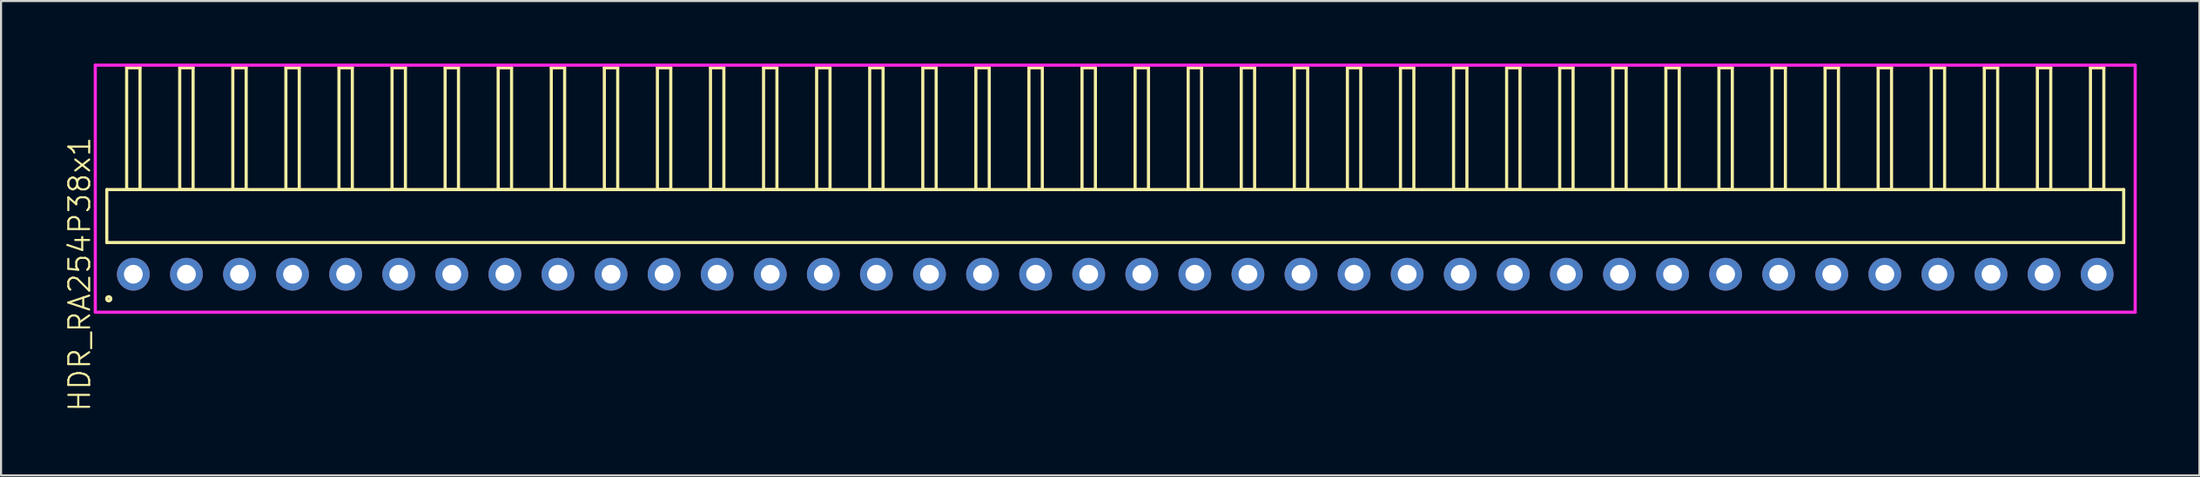
<source format=kicad_pcb>
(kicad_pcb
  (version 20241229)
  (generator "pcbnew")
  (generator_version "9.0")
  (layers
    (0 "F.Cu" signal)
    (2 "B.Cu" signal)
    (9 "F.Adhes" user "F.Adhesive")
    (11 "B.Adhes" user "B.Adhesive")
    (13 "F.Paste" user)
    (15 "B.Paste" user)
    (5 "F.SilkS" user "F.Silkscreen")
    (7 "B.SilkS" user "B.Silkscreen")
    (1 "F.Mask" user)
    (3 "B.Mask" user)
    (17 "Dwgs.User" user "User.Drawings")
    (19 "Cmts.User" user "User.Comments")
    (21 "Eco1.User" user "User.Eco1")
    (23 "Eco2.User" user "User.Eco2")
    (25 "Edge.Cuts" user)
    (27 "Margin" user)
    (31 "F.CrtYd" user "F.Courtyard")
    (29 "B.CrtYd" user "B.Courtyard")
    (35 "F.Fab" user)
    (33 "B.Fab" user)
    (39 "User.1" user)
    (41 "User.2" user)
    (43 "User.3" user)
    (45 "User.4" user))
  (footprint "HDR_RA254P38x1"
    (layer "F.Cu")
    (at 50.321 10.1)
    (property "Reference" "HDR_RA254P38x1" (at -49.56 0 90) (layer "F.SilkS") (effects (font (size 1 1) (thickness 0.1))))
    (attr through_hole)
    (fp_line (start -48.26 -4.06) (end -48.26 -1.52) (stroke (width 0.15) (type solid)) (layer "F.SilkS"))
    (fp_line (start -48.26 -1.52) (end 48.26 -1.52) (stroke (width 0.15) (type solid)) (layer "F.SilkS"))
    (fp_line (start -47.31 -9.9) (end -47.31 -4.06) (stroke (width 0.15) (type solid)) (layer "F.SilkS"))
    (fp_line (start -47.31 -4.06) (end -46.67 -4.06) (stroke (width 0.15) (type solid)) (layer "F.SilkS"))
    (fp_line (start -46.67 -9.9) (end -47.31 -9.9) (stroke (width 0.15) (type solid)) (layer "F.SilkS"))
    (fp_line (start -46.67 -4.06) (end -46.67 -9.9) (stroke (width 0.15) (type solid)) (layer "F.SilkS"))
    (fp_line (start -44.77 -9.9) (end -44.77 -4.06) (stroke (width 0.15) (type solid)) (layer "F.SilkS"))
    (fp_line (start -44.77 -4.06) (end -44.13 -4.06) (stroke (width 0.15) (type solid)) (layer "F.SilkS"))
    (fp_line (start -44.13 -9.9) (end -44.77 -9.9) (stroke (width 0.15) (type solid)) (layer "F.SilkS"))
    (fp_line (start -44.13 -4.06) (end -44.13 -9.9) (stroke (width 0.15) (type solid)) (layer "F.SilkS"))
    (fp_line (start -42.23 -9.9) (end -42.23 -4.06) (stroke (width 0.15) (type solid)) (layer "F.SilkS"))
    (fp_line (start -42.23 -4.06) (end -41.59 -4.06) (stroke (width 0.15) (type solid)) (layer "F.SilkS"))
    (fp_line (start -41.59 -9.9) (end -42.23 -9.9) (stroke (width 0.15) (type solid)) (layer "F.SilkS"))
    (fp_line (start -41.59 -4.06) (end -41.59 -9.9) (stroke (width 0.15) (type solid)) (layer "F.SilkS"))
    (fp_line (start -39.69 -9.9) (end -39.69 -4.06) (stroke (width 0.15) (type solid)) (layer "F.SilkS"))
    (fp_line (start -39.69 -4.06) (end -39.05 -4.06) (stroke (width 0.15) (type solid)) (layer "F.SilkS"))
    (fp_line (start -39.05 -9.9) (end -39.69 -9.9) (stroke (width 0.15) (type solid)) (layer "F.SilkS"))
    (fp_line (start -39.05 -4.06) (end -39.05 -9.9) (stroke (width 0.15) (type solid)) (layer "F.SilkS"))
    (fp_line (start -37.15 -9.9) (end -37.15 -4.06) (stroke (width 0.15) (type solid)) (layer "F.SilkS"))
    (fp_line (start -37.15 -4.06) (end -36.51 -4.06) (stroke (width 0.15) (type solid)) (layer "F.SilkS"))
    (fp_line (start -36.51 -9.9) (end -37.15 -9.9) (stroke (width 0.15) (type solid)) (layer "F.SilkS"))
    (fp_line (start -36.51 -4.06) (end -36.51 -9.9) (stroke (width 0.15) (type solid)) (layer "F.SilkS"))
    (fp_line (start -34.61 -9.9) (end -34.61 -4.06) (stroke (width 0.15) (type solid)) (layer "F.SilkS"))
    (fp_line (start -34.61 -4.06) (end -33.97 -4.06) (stroke (width 0.15) (type solid)) (layer "F.SilkS"))
    (fp_line (start -33.97 -9.9) (end -34.61 -9.9) (stroke (width 0.15) (type solid)) (layer "F.SilkS"))
    (fp_line (start -33.97 -4.06) (end -33.97 -9.9) (stroke (width 0.15) (type solid)) (layer "F.SilkS"))
    (fp_line (start -32.07 -9.9) (end -32.07 -4.06) (stroke (width 0.15) (type solid)) (layer "F.SilkS"))
    (fp_line (start -32.07 -4.06) (end -31.43 -4.06) (stroke (width 0.15) (type solid)) (layer "F.SilkS"))
    (fp_line (start -31.43 -9.9) (end -32.07 -9.9) (stroke (width 0.15) (type solid)) (layer "F.SilkS"))
    (fp_line (start -31.43 -4.06) (end -31.43 -9.9) (stroke (width 0.15) (type solid)) (layer "F.SilkS"))
    (fp_line (start -29.53 -9.9) (end -29.53 -4.06) (stroke (width 0.15) (type solid)) (layer "F.SilkS"))
    (fp_line (start -29.53 -4.06) (end -28.89 -4.06) (stroke (width 0.15) (type solid)) (layer "F.SilkS"))
    (fp_line (start -28.89 -9.9) (end -29.53 -9.9) (stroke (width 0.15) (type solid)) (layer "F.SilkS"))
    (fp_line (start -28.89 -4.06) (end -28.89 -9.9) (stroke (width 0.15) (type solid)) (layer "F.SilkS"))
    (fp_line (start -26.99 -9.9) (end -26.99 -4.06) (stroke (width 0.15) (type solid)) (layer "F.SilkS"))
    (fp_line (start -26.99 -4.06) (end -26.35 -4.06) (stroke (width 0.15) (type solid)) (layer "F.SilkS"))
    (fp_line (start -26.35 -9.9) (end -26.99 -9.9) (stroke (width 0.15) (type solid)) (layer "F.SilkS"))
    (fp_line (start -26.35 -4.06) (end -26.35 -9.9) (stroke (width 0.15) (type solid)) (layer "F.SilkS"))
    (fp_line (start -24.45 -9.9) (end -24.45 -4.06) (stroke (width 0.15) (type solid)) (layer "F.SilkS"))
    (fp_line (start -24.45 -4.06) (end -23.81 -4.06) (stroke (width 0.15) (type solid)) (layer "F.SilkS"))
    (fp_line (start -23.81 -9.9) (end -24.45 -9.9) (stroke (width 0.15) (type solid)) (layer "F.SilkS"))
    (fp_line (start -23.81 -4.06) (end -23.81 -9.9) (stroke (width 0.15) (type solid)) (layer "F.SilkS"))
    (fp_line (start -21.91 -9.9) (end -21.91 -4.06) (stroke (width 0.15) (type solid)) (layer "F.SilkS"))
    (fp_line (start -21.91 -4.06) (end -21.27 -4.06) (stroke (width 0.15) (type solid)) (layer "F.SilkS"))
    (fp_line (start -21.27 -9.9) (end -21.91 -9.9) (stroke (width 0.15) (type solid)) (layer "F.SilkS"))
    (fp_line (start -21.27 -4.06) (end -21.27 -9.9) (stroke (width 0.15) (type solid)) (layer "F.SilkS"))
    (fp_line (start -19.37 -9.9) (end -19.37 -4.06) (stroke (width 0.15) (type solid)) (layer "F.SilkS"))
    (fp_line (start -19.37 -4.06) (end -18.73 -4.06) (stroke (width 0.15) (type solid)) (layer "F.SilkS"))
    (fp_line (start -18.73 -9.9) (end -19.37 -9.9) (stroke (width 0.15) (type solid)) (layer "F.SilkS"))
    (fp_line (start -18.73 -4.06) (end -18.73 -9.9) (stroke (width 0.15) (type solid)) (layer "F.SilkS"))
    (fp_line (start -16.83 -9.9) (end -16.83 -4.06) (stroke (width 0.15) (type solid)) (layer "F.SilkS"))
    (fp_line (start -16.83 -4.06) (end -16.19 -4.06) (stroke (width 0.15) (type solid)) (layer "F.SilkS"))
    (fp_line (start -16.19 -9.9) (end -16.83 -9.9) (stroke (width 0.15) (type solid)) (layer "F.SilkS"))
    (fp_line (start -16.19 -4.06) (end -16.19 -9.9) (stroke (width 0.15) (type solid)) (layer "F.SilkS"))
    (fp_line (start -14.29 -9.9) (end -14.29 -4.06) (stroke (width 0.15) (type solid)) (layer "F.SilkS"))
    (fp_line (start -14.29 -4.06) (end -13.65 -4.06) (stroke (width 0.15) (type solid)) (layer "F.SilkS"))
    (fp_line (start -13.65 -9.9) (end -14.29 -9.9) (stroke (width 0.15) (type solid)) (layer "F.SilkS"))
    (fp_line (start -13.65 -4.06) (end -13.65 -9.9) (stroke (width 0.15) (type solid)) (layer "F.SilkS"))
    (fp_line (start -11.75 -9.9) (end -11.75 -4.06) (stroke (width 0.15) (type solid)) (layer "F.SilkS"))
    (fp_line (start -11.75 -4.06) (end -11.11 -4.06) (stroke (width 0.15) (type solid)) (layer "F.SilkS"))
    (fp_line (start -11.11 -9.9) (end -11.75 -9.9) (stroke (width 0.15) (type solid)) (layer "F.SilkS"))
    (fp_line (start -11.11 -4.06) (end -11.11 -9.9) (stroke (width 0.15) (type solid)) (layer "F.SilkS"))
    (fp_line (start -9.21 -9.9) (end -9.21 -4.06) (stroke (width 0.15) (type solid)) (layer "F.SilkS"))
    (fp_line (start -9.21 -4.06) (end -8.57 -4.06) (stroke (width 0.15) (type solid)) (layer "F.SilkS"))
    (fp_line (start -8.57 -9.9) (end -9.21 -9.9) (stroke (width 0.15) (type solid)) (layer "F.SilkS"))
    (fp_line (start -8.57 -4.06) (end -8.57 -9.9) (stroke (width 0.15) (type solid)) (layer "F.SilkS"))
    (fp_line (start -6.67 -9.9) (end -6.67 -4.06) (stroke (width 0.15) (type solid)) (layer "F.SilkS"))
    (fp_line (start -6.67 -4.06) (end -6.03 -4.06) (stroke (width 0.15) (type solid)) (layer "F.SilkS"))
    (fp_line (start -6.03 -9.9) (end -6.67 -9.9) (stroke (width 0.15) (type solid)) (layer "F.SilkS"))
    (fp_line (start -6.03 -4.06) (end -6.03 -9.9) (stroke (width 0.15) (type solid)) (layer "F.SilkS"))
    (fp_line (start -4.13 -9.9) (end -4.13 -4.06) (stroke (width 0.15) (type solid)) (layer "F.SilkS"))
    (fp_line (start -4.13 -4.06) (end -3.49 -4.06) (stroke (width 0.15) (type solid)) (layer "F.SilkS"))
    (fp_line (start -3.49 -9.9) (end -4.13 -9.9) (stroke (width 0.15) (type solid)) (layer "F.SilkS"))
    (fp_line (start -3.49 -4.06) (end -3.49 -9.9) (stroke (width 0.15) (type solid)) (layer "F.SilkS"))
    (fp_line (start -1.59 -9.9) (end -1.59 -4.06) (stroke (width 0.15) (type solid)) (layer "F.SilkS"))
    (fp_line (start -1.59 -4.06) (end -0.95 -4.06) (stroke (width 0.15) (type solid)) (layer "F.SilkS"))
    (fp_line (start -0.95 -9.9) (end -1.59 -9.9) (stroke (width 0.15) (type solid)) (layer "F.SilkS"))
    (fp_line (start -0.95 -4.06) (end -0.95 -9.9) (stroke (width 0.15) (type solid)) (layer "F.SilkS"))
    (fp_line (start 0.95 -9.9) (end 0.95 -4.06) (stroke (width 0.15) (type solid)) (layer "F.SilkS"))
    (fp_line (start 0.95 -4.06) (end 1.59 -4.06) (stroke (width 0.15) (type solid)) (layer "F.SilkS"))
    (fp_line (start 1.59 -9.9) (end 0.95 -9.9) (stroke (width 0.15) (type solid)) (layer "F.SilkS"))
    (fp_line (start 1.59 -4.06) (end 1.59 -9.9) (stroke (width 0.15) (type solid)) (layer "F.SilkS"))
    (fp_line (start 3.49 -9.9) (end 3.49 -4.06) (stroke (width 0.15) (type solid)) (layer "F.SilkS"))
    (fp_line (start 3.49 -4.06) (end 4.13 -4.06) (stroke (width 0.15) (type solid)) (layer "F.SilkS"))
    (fp_line (start 4.13 -9.9) (end 3.49 -9.9) (stroke (width 0.15) (type solid)) (layer "F.SilkS"))
    (fp_line (start 4.13 -4.06) (end 4.13 -9.9) (stroke (width 0.15) (type solid)) (layer "F.SilkS"))
    (fp_line (start 6.03 -9.9) (end 6.03 -4.06) (stroke (width 0.15) (type solid)) (layer "F.SilkS"))
    (fp_line (start 6.03 -4.06) (end 6.67 -4.06) (stroke (width 0.15) (type solid)) (layer "F.SilkS"))
    (fp_line (start 6.67 -9.9) (end 6.03 -9.9) (stroke (width 0.15) (type solid)) (layer "F.SilkS"))
    (fp_line (start 6.67 -4.06) (end 6.67 -9.9) (stroke (width 0.15) (type solid)) (layer "F.SilkS"))
    (fp_line (start 8.57 -9.9) (end 8.57 -4.06) (stroke (width 0.15) (type solid)) (layer "F.SilkS"))
    (fp_line (start 8.57 -4.06) (end 9.21 -4.06) (stroke (width 0.15) (type solid)) (layer "F.SilkS"))
    (fp_line (start 9.21 -9.9) (end 8.57 -9.9) (stroke (width 0.15) (type solid)) (layer "F.SilkS"))
    (fp_line (start 9.21 -4.06) (end 9.21 -9.9) (stroke (width 0.15) (type solid)) (layer "F.SilkS"))
    (fp_line (start 11.11 -9.9) (end 11.11 -4.06) (stroke (width 0.15) (type solid)) (layer "F.SilkS"))
    (fp_line (start 11.11 -4.06) (end 11.75 -4.06) (stroke (width 0.15) (type solid)) (layer "F.SilkS"))
    (fp_line (start 11.75 -9.9) (end 11.11 -9.9) (stroke (width 0.15) (type solid)) (layer "F.SilkS"))
    (fp_line (start 11.75 -4.06) (end 11.75 -9.9) (stroke (width 0.15) (type solid)) (layer "F.SilkS"))
    (fp_line (start 13.65 -9.9) (end 13.65 -4.06) (stroke (width 0.15) (type solid)) (layer "F.SilkS"))
    (fp_line (start 13.65 -4.06) (end 14.29 -4.06) (stroke (width 0.15) (type solid)) (layer "F.SilkS"))
    (fp_line (start 14.29 -9.9) (end 13.65 -9.9) (stroke (width 0.15) (type solid)) (layer "F.SilkS"))
    (fp_line (start 14.29 -4.06) (end 14.29 -9.9) (stroke (width 0.15) (type solid)) (layer "F.SilkS"))
    (fp_line (start 16.19 -9.9) (end 16.19 -4.06) (stroke (width 0.15) (type solid)) (layer "F.SilkS"))
    (fp_line (start 16.19 -4.06) (end 16.83 -4.06) (stroke (width 0.15) (type solid)) (layer "F.SilkS"))
    (fp_line (start 16.83 -9.9) (end 16.19 -9.9) (stroke (width 0.15) (type solid)) (layer "F.SilkS"))
    (fp_line (start 16.83 -4.06) (end 16.83 -9.9) (stroke (width 0.15) (type solid)) (layer "F.SilkS"))
    (fp_line (start 18.73 -9.9) (end 18.73 -4.06) (stroke (width 0.15) (type solid)) (layer "F.SilkS"))
    (fp_line (start 18.73 -4.06) (end 19.37 -4.06) (stroke (width 0.15) (type solid)) (layer "F.SilkS"))
    (fp_line (start 19.37 -9.9) (end 18.73 -9.9) (stroke (width 0.15) (type solid)) (layer "F.SilkS"))
    (fp_line (start 19.37 -4.06) (end 19.37 -9.9) (stroke (width 0.15) (type solid)) (layer "F.SilkS"))
    (fp_line (start 21.27 -9.9) (end 21.27 -4.06) (stroke (width 0.15) (type solid)) (layer "F.SilkS"))
    (fp_line (start 21.27 -4.06) (end 21.91 -4.06) (stroke (width 0.15) (type solid)) (layer "F.SilkS"))
    (fp_line (start 21.91 -9.9) (end 21.27 -9.9) (stroke (width 0.15) (type solid)) (layer "F.SilkS"))
    (fp_line (start 21.91 -4.06) (end 21.91 -9.9) (stroke (width 0.15) (type solid)) (layer "F.SilkS"))
    (fp_line (start 23.81 -9.9) (end 23.81 -4.06) (stroke (width 0.15) (type solid)) (layer "F.SilkS"))
    (fp_line (start 23.81 -4.06) (end 24.45 -4.06) (stroke (width 0.15) (type solid)) (layer "F.SilkS"))
    (fp_line (start 24.45 -9.9) (end 23.81 -9.9) (stroke (width 0.15) (type solid)) (layer "F.SilkS"))
    (fp_line (start 24.45 -4.06) (end 24.45 -9.9) (stroke (width 0.15) (type solid)) (layer "F.SilkS"))
    (fp_line (start 26.35 -9.9) (end 26.35 -4.06) (stroke (width 0.15) (type solid)) (layer "F.SilkS"))
    (fp_line (start 26.35 -4.06) (end 26.99 -4.06) (stroke (width 0.15) (type solid)) (layer "F.SilkS"))
    (fp_line (start 26.99 -9.9) (end 26.35 -9.9) (stroke (width 0.15) (type solid)) (layer "F.SilkS"))
    (fp_line (start 26.99 -4.06) (end 26.99 -9.9) (stroke (width 0.15) (type solid)) (layer "F.SilkS"))
    (fp_line (start 28.89 -9.9) (end 28.89 -4.06) (stroke (width 0.15) (type solid)) (layer "F.SilkS"))
    (fp_line (start 28.89 -4.06) (end 29.53 -4.06) (stroke (width 0.15) (type solid)) (layer "F.SilkS"))
    (fp_line (start 29.53 -9.9) (end 28.89 -9.9) (stroke (width 0.15) (type solid)) (layer "F.SilkS"))
    (fp_line (start 29.53 -4.06) (end 29.53 -9.9) (stroke (width 0.15) (type solid)) (layer "F.SilkS"))
    (fp_line (start 31.43 -9.9) (end 31.43 -4.06) (stroke (width 0.15) (type solid)) (layer "F.SilkS"))
    (fp_line (start 31.43 -4.06) (end 32.07 -4.06) (stroke (width 0.15) (type solid)) (layer "F.SilkS"))
    (fp_line (start 32.07 -9.9) (end 31.43 -9.9) (stroke (width 0.15) (type solid)) (layer "F.SilkS"))
    (fp_line (start 32.07 -4.06) (end 32.07 -9.9) (stroke (width 0.15) (type solid)) (layer "F.SilkS"))
    (fp_line (start 33.97 -9.9) (end 33.97 -4.06) (stroke (width 0.15) (type solid)) (layer "F.SilkS"))
    (fp_line (start 33.97 -4.06) (end 34.61 -4.06) (stroke (width 0.15) (type solid)) (layer "F.SilkS"))
    (fp_line (start 34.61 -9.9) (end 33.97 -9.9) (stroke (width 0.15) (type solid)) (layer "F.SilkS"))
    (fp_line (start 34.61 -4.06) (end 34.61 -9.9) (stroke (width 0.15) (type solid)) (layer "F.SilkS"))
    (fp_line (start 36.51 -9.9) (end 36.51 -4.06) (stroke (width 0.15) (type solid)) (layer "F.SilkS"))
    (fp_line (start 36.51 -4.06) (end 37.15 -4.06) (stroke (width 0.15) (type solid)) (layer "F.SilkS"))
    (fp_line (start 37.15 -9.9) (end 36.51 -9.9) (stroke (width 0.15) (type solid)) (layer "F.SilkS"))
    (fp_line (start 37.15 -4.06) (end 37.15 -9.9) (stroke (width 0.15) (type solid)) (layer "F.SilkS"))
    (fp_line (start 39.05 -9.9) (end 39.05 -4.06) (stroke (width 0.15) (type solid)) (layer "F.SilkS"))
    (fp_line (start 39.05 -4.06) (end 39.69 -4.06) (stroke (width 0.15) (type solid)) (layer "F.SilkS"))
    (fp_line (start 39.69 -9.9) (end 39.05 -9.9) (stroke (width 0.15) (type solid)) (layer "F.SilkS"))
    (fp_line (start 39.69 -4.06) (end 39.69 -9.9) (stroke (width 0.15) (type solid)) (layer "F.SilkS"))
    (fp_line (start 41.59 -9.9) (end 41.59 -4.06) (stroke (width 0.15) (type solid)) (layer "F.SilkS"))
    (fp_line (start 41.59 -4.06) (end 42.23 -4.06) (stroke (width 0.15) (type solid)) (layer "F.SilkS"))
    (fp_line (start 42.23 -9.9) (end 41.59 -9.9) (stroke (width 0.15) (type solid)) (layer "F.SilkS"))
    (fp_line (start 42.23 -4.06) (end 42.23 -9.9) (stroke (width 0.15) (type solid)) (layer "F.SilkS"))
    (fp_line (start 44.13 -9.9) (end 44.13 -4.06) (stroke (width 0.15) (type solid)) (layer "F.SilkS"))
    (fp_line (start 44.13 -4.06) (end 44.77 -4.06) (stroke (width 0.15) (type solid)) (layer "F.SilkS"))
    (fp_line (start 44.77 -9.9) (end 44.13 -9.9) (stroke (width 0.15) (type solid)) (layer "F.SilkS"))
    (fp_line (start 44.77 -4.06) (end 44.77 -9.9) (stroke (width 0.15) (type solid)) (layer "F.SilkS"))
    (fp_line (start 46.67 -9.9) (end 46.67 -4.06) (stroke (width 0.15) (type solid)) (layer "F.SilkS"))
    (fp_line (start 46.67 -4.06) (end 47.31 -4.06) (stroke (width 0.15) (type solid)) (layer "F.SilkS"))
    (fp_line (start 47.31 -9.9) (end 46.67 -9.9) (stroke (width 0.15) (type solid)) (layer "F.SilkS"))
    (fp_line (start 47.31 -4.06) (end 47.31 -9.9) (stroke (width 0.15) (type solid)) (layer "F.SilkS"))
    (fp_line (start 48.26 -4.06) (end -48.26 -4.06) (stroke (width 0.15) (type solid)) (layer "F.SilkS"))
    (fp_line (start 48.26 -1.52) (end 48.26 -4.06) (stroke (width 0.15) (type solid)) (layer "F.SilkS"))
    (fp_circle (center -48.167 1.177) (end -48.067 1.177) (stroke (width 0.15) (type solid)) (fill no) (layer "F.SilkS"))
    (fp_line (start -48.81 -10.025) (end -48.81 1.82) (stroke (width 0.15) (type solid)) (layer "F.CrtYd"))
    (fp_line (start -48.81 1.82) (end 48.81 1.82) (stroke (width 0.15) (type solid)) (layer "F.CrtYd"))
    (fp_line (start 48.81 -10.025) (end -48.81 -10.025) (stroke (width 0.15) (type solid)) (layer "F.CrtYd"))
    (fp_line (start 48.81 1.82) (end 48.81 -10.025) (stroke (width 0.15) (type solid)) (layer "F.CrtYd"))
    (pad "1" thru_hole oval (at -46.99 0) (size 1.57 1.57) (drill 0.9) (layers "*.Cu" "*.Mask"))
    (pad "2" thru_hole oval (at -44.45 0) (size 1.57 1.57) (drill 0.9) (layers "*.Cu" "*.Mask"))
    (pad "3" thru_hole oval (at -41.91 0) (size 1.57 1.57) (drill 0.9) (layers "*.Cu" "*.Mask"))
    (pad "4" thru_hole oval (at -39.37 0) (size 1.57 1.57) (drill 0.9) (layers "*.Cu" "*.Mask"))
    (pad "5" thru_hole oval (at -36.83 0) (size 1.57 1.57) (drill 0.9) (layers "*.Cu" "*.Mask"))
    (pad "6" thru_hole oval (at -34.29 0) (size 1.57 1.57) (drill 0.9) (layers "*.Cu" "*.Mask"))
    (pad "7" thru_hole oval (at -31.75 0) (size 1.57 1.57) (drill 0.9) (layers "*.Cu" "*.Mask"))
    (pad "8" thru_hole oval (at -29.21 0) (size 1.57 1.57) (drill 0.9) (layers "*.Cu" "*.Mask"))
    (pad "9" thru_hole oval (at -26.67 0) (size 1.57 1.57) (drill 0.9) (layers "*.Cu" "*.Mask"))
    (pad "10" thru_hole oval (at -24.13 0) (size 1.57 1.57) (drill 0.9) (layers "*.Cu" "*.Mask"))
    (pad "11" thru_hole oval (at -21.59 0) (size 1.57 1.57) (drill 0.9) (layers "*.Cu" "*.Mask"))
    (pad "12" thru_hole oval (at -19.05 0) (size 1.57 1.57) (drill 0.9) (layers "*.Cu" "*.Mask"))
    (pad "13" thru_hole oval (at -16.51 0) (size 1.57 1.57) (drill 0.9) (layers "*.Cu" "*.Mask"))
    (pad "14" thru_hole oval (at -13.97 0) (size 1.57 1.57) (drill 0.9) (layers "*.Cu" "*.Mask"))
    (pad "15" thru_hole oval (at -11.43 0) (size 1.57 1.57) (drill 0.9) (layers "*.Cu" "*.Mask"))
    (pad "16" thru_hole oval (at -8.89 0) (size 1.57 1.57) (drill 0.9) (layers "*.Cu" "*.Mask"))
    (pad "17" thru_hole oval (at -6.35 0) (size 1.57 1.57) (drill 0.9) (layers "*.Cu" "*.Mask"))
    (pad "18" thru_hole oval (at -3.81 0) (size 1.57 1.57) (drill 0.9) (layers "*.Cu" "*.Mask"))
    (pad "19" thru_hole oval (at -1.27 0) (size 1.57 1.57) (drill 0.9) (layers "*.Cu" "*.Mask"))
    (pad "20" thru_hole oval (at 1.27 0) (size 1.57 1.57) (drill 0.9) (layers "*.Cu" "*.Mask"))
    (pad "21" thru_hole oval (at 3.81 0) (size 1.57 1.57) (drill 0.9) (layers "*.Cu" "*.Mask"))
    (pad "22" thru_hole oval (at 6.35 0) (size 1.57 1.57) (drill 0.9) (layers "*.Cu" "*.Mask"))
    (pad "23" thru_hole oval (at 8.89 0) (size 1.57 1.57) (drill 0.9) (layers "*.Cu" "*.Mask"))
    (pad "24" thru_hole oval (at 11.43 0) (size 1.57 1.57) (drill 0.9) (layers "*.Cu" "*.Mask"))
    (pad "25" thru_hole oval (at 13.97 0) (size 1.57 1.57) (drill 0.9) (layers "*.Cu" "*.Mask"))
    (pad "26" thru_hole oval (at 16.51 0) (size 1.57 1.57) (drill 0.9) (layers "*.Cu" "*.Mask"))
    (pad "27" thru_hole oval (at 19.05 0) (size 1.57 1.57) (drill 0.9) (layers "*.Cu" "*.Mask"))
    (pad "28" thru_hole oval (at 21.59 0) (size 1.57 1.57) (drill 0.9) (layers "*.Cu" "*.Mask"))
    (pad "29" thru_hole oval (at 24.13 0) (size 1.57 1.57) (drill 0.9) (layers "*.Cu" "*.Mask"))
    (pad "30" thru_hole oval (at 26.67 0) (size 1.57 1.57) (drill 0.9) (layers "*.Cu" "*.Mask"))
    (pad "31" thru_hole oval (at 29.21 0) (size 1.57 1.57) (drill 0.9) (layers "*.Cu" "*.Mask"))
    (pad "32" thru_hole oval (at 31.75 0) (size 1.57 1.57) (drill 0.9) (layers "*.Cu" "*.Mask"))
    (pad "33" thru_hole oval (at 34.29 0) (size 1.57 1.57) (drill 0.9) (layers "*.Cu" "*.Mask"))
    (pad "34" thru_hole oval (at 36.83 0) (size 1.57 1.57) (drill 0.9) (layers "*.Cu" "*.Mask"))
    (pad "35" thru_hole oval (at 39.37 0) (size 1.57 1.57) (drill 0.9) (layers "*.Cu" "*.Mask"))
    (pad "36" thru_hole oval (at 41.91 0) (size 1.57 1.57) (drill 0.9) (layers "*.Cu" "*.Mask"))
    (pad "37" thru_hole oval (at 44.45 0) (size 1.57 1.57) (drill 0.9) (layers "*.Cu" "*.Mask"))
    (pad "38" thru_hole oval (at 46.99 0) (size 1.57 1.57) (drill 0.9) (layers "*.Cu" "*.Mask")))
  (gr_rect
    (start -3 -3)
    (end 102.206 19.745)
    (stroke (width 0.1) (type default))
    (fill no)
    (layer "Edge.Cuts")))
</source>
